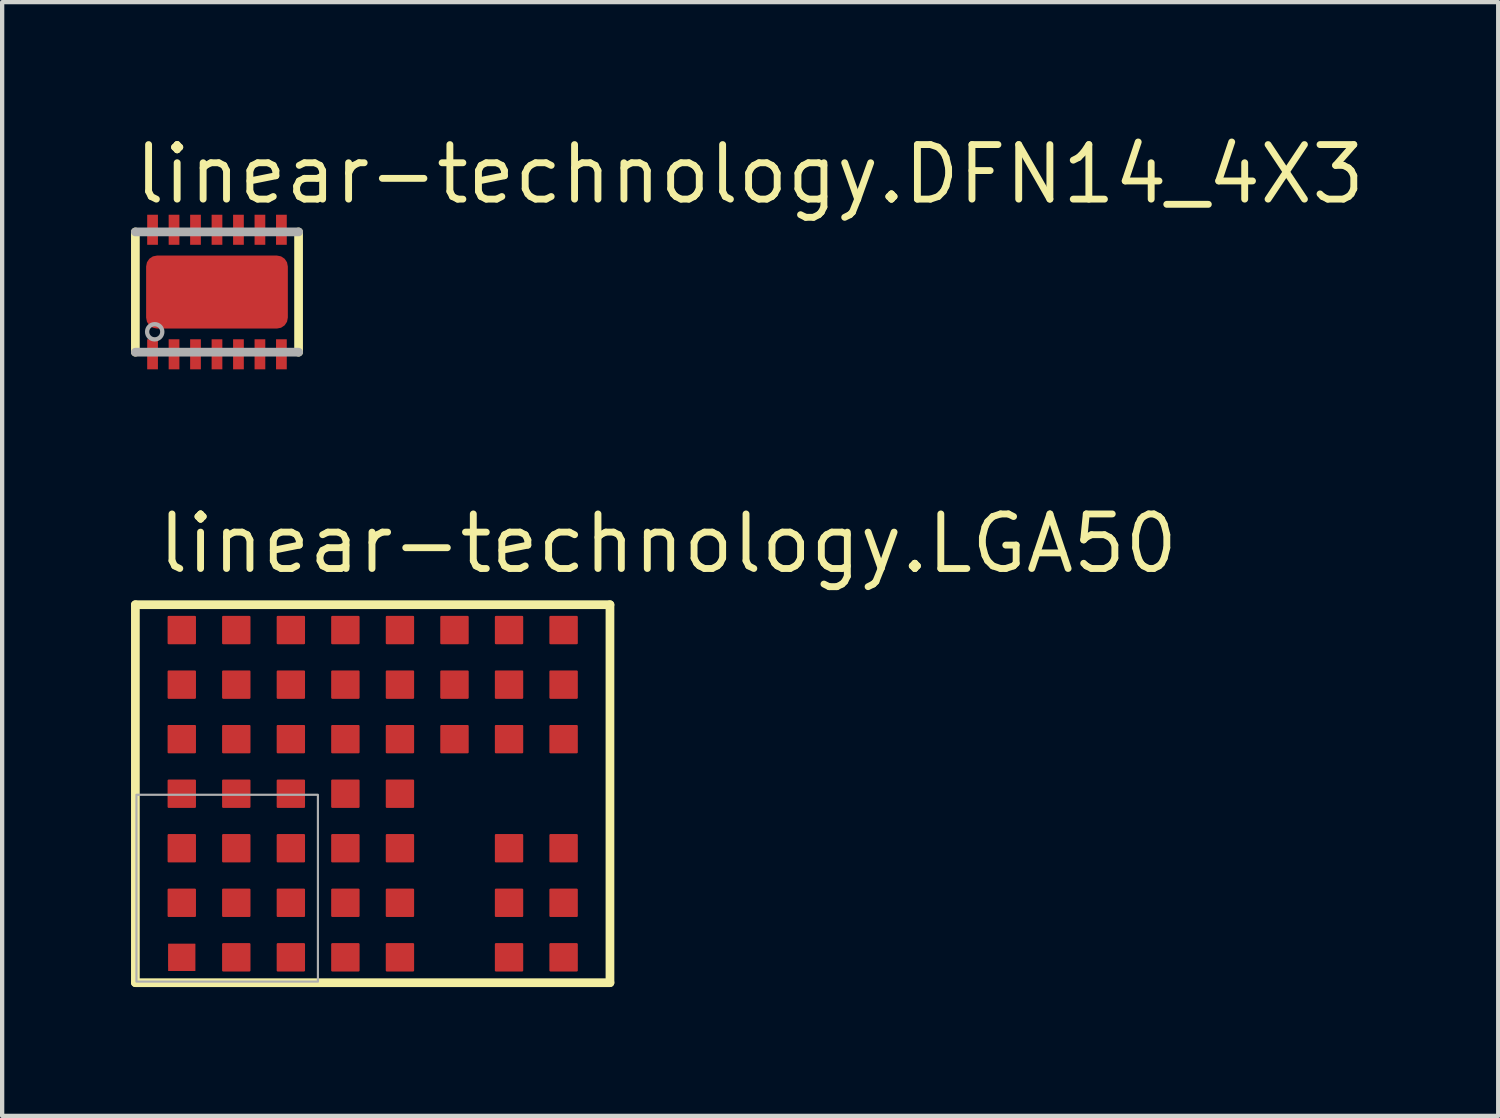
<source format=kicad_pcb>
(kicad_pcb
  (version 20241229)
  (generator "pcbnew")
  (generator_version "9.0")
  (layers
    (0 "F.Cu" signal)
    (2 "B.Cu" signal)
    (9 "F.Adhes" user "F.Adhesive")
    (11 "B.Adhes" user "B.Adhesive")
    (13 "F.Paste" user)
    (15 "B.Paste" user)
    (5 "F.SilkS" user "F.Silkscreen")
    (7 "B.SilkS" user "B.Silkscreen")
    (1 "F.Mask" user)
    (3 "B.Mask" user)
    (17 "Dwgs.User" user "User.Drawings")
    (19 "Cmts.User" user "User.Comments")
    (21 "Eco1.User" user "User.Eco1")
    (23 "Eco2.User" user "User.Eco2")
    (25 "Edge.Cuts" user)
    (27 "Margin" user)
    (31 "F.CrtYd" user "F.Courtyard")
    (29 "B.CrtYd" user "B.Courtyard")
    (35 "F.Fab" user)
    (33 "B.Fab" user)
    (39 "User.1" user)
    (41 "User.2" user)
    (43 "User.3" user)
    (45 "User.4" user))
  (footprint "linear-technology.LGA50"
    (layer "F.Cu")
    (at 5.627 15.43)
    (property "Reference" "linear-technology.LGA50" (at -5.08 -5.08 0) (layer "F.SilkS") (effects (font (size 1.27 1.27) (thickness 0.16)) (justify left bottom)))
    (attr smd)
    (fp_rect (start -4.75 -3.505) (end -4.14 -4.115) (stroke (width 0.05) (type default)) (fill yes) (layer "F.Cu"))
    (fp_rect (start -4.75 -2.235) (end -4.14 -2.845) (stroke (width 0.05) (type default)) (fill yes) (layer "F.Cu"))
    (fp_rect (start -4.75 -0.965) (end -4.14 -1.575) (stroke (width 0.05) (type default)) (fill yes) (layer "F.Cu"))
    (fp_rect (start -4.75 0.305) (end -4.14 -0.305) (stroke (width 0.05) (type default)) (fill yes) (layer "F.Cu"))
    (fp_rect (start -4.75 1.575) (end -4.14 0.965) (stroke (width 0.05) (type default)) (fill yes) (layer "F.Cu"))
    (fp_rect (start -4.75 2.845) (end -4.14 2.235) (stroke (width 0.05) (type default)) (fill yes) (layer "F.Cu"))
    (fp_rect (start -3.48 -3.505) (end -2.87 -4.115) (stroke (width 0.05) (type default)) (fill yes) (layer "F.Cu"))
    (fp_rect (start -3.48 -2.235) (end -2.87 -2.845) (stroke (width 0.05) (type default)) (fill yes) (layer "F.Cu"))
    (fp_rect (start -3.48 -0.965) (end -2.87 -1.575) (stroke (width 0.05) (type default)) (fill yes) (layer "F.Cu"))
    (fp_rect (start -3.48 0.305) (end -2.87 -0.305) (stroke (width 0.05) (type default)) (fill yes) (layer "F.Cu"))
    (fp_rect (start -3.48 1.575) (end -2.87 0.965) (stroke (width 0.05) (type default)) (fill yes) (layer "F.Cu"))
    (fp_rect (start -3.48 2.845) (end -2.87 2.235) (stroke (width 0.05) (type default)) (fill yes) (layer "F.Cu"))
    (fp_rect (start -3.48 4.115) (end -2.87 3.505) (stroke (width 0.05) (type default)) (fill yes) (layer "F.Cu"))
    (fp_rect (start -2.21 -3.505) (end -1.6 -4.115) (stroke (width 0.05) (type default)) (fill yes) (layer "F.Cu"))
    (fp_rect (start -2.21 -2.235) (end -1.6 -2.845) (stroke (width 0.05) (type default)) (fill yes) (layer "F.Cu"))
    (fp_rect (start -2.21 -0.965) (end -1.6 -1.575) (stroke (width 0.05) (type default)) (fill yes) (layer "F.Cu"))
    (fp_rect (start -2.21 0.305) (end -1.6 -0.305) (stroke (width 0.05) (type default)) (fill yes) (layer "F.Cu"))
    (fp_rect (start -2.21 1.575) (end -1.6 0.965) (stroke (width 0.05) (type default)) (fill yes) (layer "F.Cu"))
    (fp_rect (start -2.21 2.845) (end -1.6 2.235) (stroke (width 0.05) (type default)) (fill yes) (layer "F.Cu"))
    (fp_rect (start -2.21 4.115) (end -1.6 3.505) (stroke (width 0.05) (type default)) (fill yes) (layer "F.Cu"))
    (fp_rect (start -0.94 -3.505) (end -0.33 -4.115) (stroke (width 0.05) (type default)) (fill yes) (layer "F.Cu"))
    (fp_rect (start -0.94 -2.235) (end -0.33 -2.845) (stroke (width 0.05) (type default)) (fill yes) (layer "F.Cu"))
    (fp_rect (start -0.94 -0.965) (end -0.33 -1.575) (stroke (width 0.05) (type default)) (fill yes) (layer "F.Cu"))
    (fp_rect (start -0.94 0.305) (end -0.33 -0.305) (stroke (width 0.05) (type default)) (fill yes) (layer "F.Cu"))
    (fp_rect (start -0.94 1.575) (end -0.33 0.965) (stroke (width 0.05) (type default)) (fill yes) (layer "F.Cu"))
    (fp_rect (start -0.94 2.845) (end -0.33 2.235) (stroke (width 0.05) (type default)) (fill yes) (layer "F.Cu"))
    (fp_rect (start -0.94 4.115) (end -0.33 3.505) (stroke (width 0.05) (type default)) (fill yes) (layer "F.Cu"))
    (fp_rect (start 0.33 -3.505) (end 0.94 -4.115) (stroke (width 0.05) (type default)) (fill yes) (layer "F.Cu"))
    (fp_rect (start 0.33 -2.235) (end 0.94 -2.845) (stroke (width 0.05) (type default)) (fill yes) (layer "F.Cu"))
    (fp_rect (start 0.33 -0.965) (end 0.94 -1.575) (stroke (width 0.05) (type default)) (fill yes) (layer "F.Cu"))
    (fp_rect (start 0.33 0.305) (end 0.94 -0.305) (stroke (width 0.05) (type default)) (fill yes) (layer "F.Cu"))
    (fp_rect (start 0.33 1.575) (end 0.94 0.965) (stroke (width 0.05) (type default)) (fill yes) (layer "F.Cu"))
    (fp_rect (start 0.33 2.845) (end 0.94 2.235) (stroke (width 0.05) (type default)) (fill yes) (layer "F.Cu"))
    (fp_rect (start 0.33 4.115) (end 0.94 3.505) (stroke (width 0.05) (type default)) (fill yes) (layer "F.Cu"))
    (fp_rect (start 1.6 -3.505) (end 2.21 -4.115) (stroke (width 0.05) (type default)) (fill yes) (layer "F.Cu"))
    (fp_rect (start 1.6 -2.235) (end 2.21 -2.845) (stroke (width 0.05) (type default)) (fill yes) (layer "F.Cu"))
    (fp_rect (start 1.6 -0.965) (end 2.21 -1.575) (stroke (width 0.05) (type default)) (fill yes) (layer "F.Cu"))
    (fp_rect (start 2.87 -3.505) (end 3.48 -4.115) (stroke (width 0.05) (type default)) (fill yes) (layer "F.Cu"))
    (fp_rect (start 2.87 -2.235) (end 3.48 -2.845) (stroke (width 0.05) (type default)) (fill yes) (layer "F.Cu"))
    (fp_rect (start 2.87 -0.965) (end 3.48 -1.575) (stroke (width 0.05) (type default)) (fill yes) (layer "F.Cu"))
    (fp_rect (start 2.87 1.575) (end 3.48 0.965) (stroke (width 0.05) (type default)) (fill yes) (layer "F.Cu"))
    (fp_rect (start 2.87 2.845) (end 3.48 2.235) (stroke (width 0.05) (type default)) (fill yes) (layer "F.Cu"))
    (fp_rect (start 2.87 4.115) (end 3.48 3.505) (stroke (width 0.05) (type default)) (fill yes) (layer "F.Cu"))
    (fp_rect (start 4.14 -3.505) (end 4.75 -4.115) (stroke (width 0.05) (type default)) (fill yes) (layer "F.Cu"))
    (fp_rect (start 4.14 -2.235) (end 4.75 -2.845) (stroke (width 0.05) (type default)) (fill yes) (layer "F.Cu"))
    (fp_rect (start 4.14 -0.965) (end 4.75 -1.575) (stroke (width 0.05) (type default)) (fill yes) (layer "F.Cu"))
    (fp_rect (start 4.14 1.575) (end 4.75 0.965) (stroke (width 0.05) (type default)) (fill yes) (layer "F.Cu"))
    (fp_rect (start 4.14 2.845) (end 4.75 2.235) (stroke (width 0.05) (type default)) (fill yes) (layer "F.Cu"))
    (fp_rect (start 4.14 4.115) (end 4.75 3.505) (stroke (width 0.05) (type default)) (fill yes) (layer "F.Cu"))
    (fp_poly (pts (xy -4.699 3.556) (xy -4.699 4.013) (xy -4.648 4.064) (xy -4.191 4.064) (xy -4.191 3.556)) (stroke (width 0.102) (type default)) (fill yes) (layer "F.Cu"))
    (fp_poly (pts (xy -4.801 3.454) (xy -4.089 3.454) (xy -4.089 4.166) (xy -4.648 4.166) (xy -4.801 4.013)) (stroke (width 0.102) (type default)) (fill yes) (layer "F.Mask"))
    (fp_line (start -5.525 -4.4) (end -5.525 4.4) (stroke (width 0.203) (type default)) (layer "F.SilkS"))
    (fp_line (start -5.525 4.4) (end 5.525 4.4) (stroke (width 0.203) (type default)) (layer "F.SilkS"))
    (fp_line (start 5.525 -4.4) (end -5.525 -4.4) (stroke (width 0.203) (type default)) (layer "F.SilkS"))
    (fp_line (start 5.525 4.4) (end 5.525 -4.4) (stroke (width 0.203) (type default)) (layer "F.SilkS"))
    (fp_rect (start -5.5 4.375) (end -1.275 0.025) (stroke (width 0.05) (type default)) (fill no) (layer "F.Fab"))
    (pad "A1" smd roundrect (at -4.445 3.81) (size 0.635 0.635) (layers "F.Cu" "F.Mask" "F.Paste") (roundrect_rratio 0.01))
    (pad "A2" smd roundrect (at -4.445 2.54) (size 0.635 0.635) (layers "F.Cu" "F.Mask" "F.Paste") (roundrect_rratio 0.01))
    (pad "A3" smd roundrect (at -4.445 1.27) (size 0.635 0.635) (layers "F.Cu" "F.Mask" "F.Paste") (roundrect_rratio 0.01))
    (pad "A4" smd roundrect (at -4.445 0) (size 0.635 0.635) (layers "F.Cu" "F.Mask" "F.Paste") (roundrect_rratio 0.01))
    (pad "A5" smd roundrect (at -4.445 -1.27) (size 0.635 0.635) (layers "F.Cu" "F.Mask" "F.Paste") (roundrect_rratio 0.01))
    (pad "A6" smd roundrect (at -4.445 -2.54) (size 0.635 0.635) (layers "F.Cu" "F.Mask" "F.Paste") (roundrect_rratio 0.01))
    (pad "A7" smd roundrect (at -4.445 -3.81) (size 0.635 0.635) (layers "F.Cu" "F.Mask" "F.Paste") (roundrect_rratio 0.01))
    (pad "B1" smd roundrect (at -3.175 3.81) (size 0.635 0.635) (layers "F.Cu" "F.Mask" "F.Paste") (roundrect_rratio 0.01))
    (pad "B2" smd roundrect (at -3.175 2.54) (size 0.635 0.635) (layers "F.Cu" "F.Mask" "F.Paste") (roundrect_rratio 0.01))
    (pad "B3" smd roundrect (at -3.175 1.27) (size 0.635 0.635) (layers "F.Cu" "F.Mask" "F.Paste") (roundrect_rratio 0.01))
    (pad "B4" smd roundrect (at -3.175 0) (size 0.635 0.635) (layers "F.Cu" "F.Mask" "F.Paste") (roundrect_rratio 0.01))
    (pad "B5" smd roundrect (at -3.175 -1.27) (size 0.635 0.635) (layers "F.Cu" "F.Mask" "F.Paste") (roundrect_rratio 0.01))
    (pad "B6" smd roundrect (at -3.175 -2.54) (size 0.635 0.635) (layers "F.Cu" "F.Mask" "F.Paste") (roundrect_rratio 0.01))
    (pad "B7" smd roundrect (at -3.175 -3.81) (size 0.635 0.635) (layers "F.Cu" "F.Mask" "F.Paste") (roundrect_rratio 0.01))
    (pad "C1" smd roundrect (at -1.905 3.81) (size 0.635 0.635) (layers "F.Cu" "F.Mask" "F.Paste") (roundrect_rratio 0.01))
    (pad "C2" smd roundrect (at -1.905 2.54) (size 0.635 0.635) (layers "F.Cu" "F.Mask" "F.Paste") (roundrect_rratio 0.01))
    (pad "C3" smd roundrect (at -1.905 1.27) (size 0.635 0.635) (layers "F.Cu" "F.Mask" "F.Paste") (roundrect_rratio 0.01))
    (pad "C4" smd roundrect (at -1.905 0) (size 0.635 0.635) (layers "F.Cu" "F.Mask" "F.Paste") (roundrect_rratio 0.01))
    (pad "C5" smd roundrect (at -1.905 -1.27) (size 0.635 0.635) (layers "F.Cu" "F.Mask" "F.Paste") (roundrect_rratio 0.01))
    (pad "C6" smd roundrect (at -1.905 -2.54) (size 0.635 0.635) (layers "F.Cu" "F.Mask" "F.Paste") (roundrect_rratio 0.01))
    (pad "C7" smd roundrect (at -1.905 -3.81) (size 0.635 0.635) (layers "F.Cu" "F.Mask" "F.Paste") (roundrect_rratio 0.01))
    (pad "D1" smd roundrect (at -0.635 3.81) (size 0.635 0.635) (layers "F.Cu" "F.Mask" "F.Paste") (roundrect_rratio 0.01))
    (pad "D2" smd roundrect (at -0.635 2.54) (size 0.635 0.635) (layers "F.Cu" "F.Mask" "F.Paste") (roundrect_rratio 0.01))
    (pad "D3" smd roundrect (at -0.635 1.27) (size 0.635 0.635) (layers "F.Cu" "F.Mask" "F.Paste") (roundrect_rratio 0.01))
    (pad "D4" smd roundrect (at -0.635 0) (size 0.635 0.635) (layers "F.Cu" "F.Mask" "F.Paste") (roundrect_rratio 0.01))
    (pad "D5" smd roundrect (at -0.635 -1.27) (size 0.635 0.635) (layers "F.Cu" "F.Mask" "F.Paste") (roundrect_rratio 0.01))
    (pad "D6" smd roundrect (at -0.635 -2.54) (size 0.635 0.635) (layers "F.Cu" "F.Mask" "F.Paste") (roundrect_rratio 0.01))
    (pad "D7" smd roundrect (at -0.635 -3.81) (size 0.635 0.635) (layers "F.Cu" "F.Mask" "F.Paste") (roundrect_rratio 0.01))
    (pad "E1" smd roundrect (at 0.635 3.81) (size 0.635 0.635) (layers "F.Cu" "F.Mask" "F.Paste") (roundrect_rratio 0.01))
    (pad "E2" smd roundrect (at 0.635 2.54) (size 0.635 0.635) (layers "F.Cu" "F.Mask" "F.Paste") (roundrect_rratio 0.01))
    (pad "E3" smd roundrect (at 0.635 1.27) (size 0.635 0.635) (layers "F.Cu" "F.Mask" "F.Paste") (roundrect_rratio 0.01))
    (pad "E4" smd roundrect (at 0.635 0) (size 0.635 0.635) (layers "F.Cu" "F.Mask" "F.Paste") (roundrect_rratio 0.01))
    (pad "E5" smd roundrect (at 0.635 -1.27) (size 0.635 0.635) (layers "F.Cu" "F.Mask" "F.Paste") (roundrect_rratio 0.01))
    (pad "E6" smd roundrect (at 0.635 -2.54) (size 0.635 0.635) (layers "F.Cu" "F.Mask" "F.Paste") (roundrect_rratio 0.01))
    (pad "E7" smd roundrect (at 0.635 -3.81) (size 0.635 0.635) (layers "F.Cu" "F.Mask" "F.Paste") (roundrect_rratio 0.01))
    (pad "F5" smd roundrect (at 1.905 -1.27) (size 0.635 0.635) (layers "F.Cu" "F.Mask" "F.Paste") (roundrect_rratio 0.01))
    (pad "F6" smd roundrect (at 1.905 -2.54) (size 0.635 0.635) (layers "F.Cu" "F.Mask" "F.Paste") (roundrect_rratio 0.01))
    (pad "F7" smd roundrect (at 1.905 -3.81) (size 0.635 0.635) (layers "F.Cu" "F.Mask" "F.Paste") (roundrect_rratio 0.01))
    (pad "G1" smd roundrect (at 3.175 3.81) (size 0.635 0.635) (layers "F.Cu" "F.Mask" "F.Paste") (roundrect_rratio 0.01))
    (pad "G2" smd roundrect (at 3.175 2.54) (size 0.635 0.635) (layers "F.Cu" "F.Mask" "F.Paste") (roundrect_rratio 0.01))
    (pad "G3" smd roundrect (at 3.175 1.27) (size 0.635 0.635) (layers "F.Cu" "F.Mask" "F.Paste") (roundrect_rratio 0.01))
    (pad "G5" smd roundrect (at 3.175 -1.27) (size 0.635 0.635) (layers "F.Cu" "F.Mask" "F.Paste") (roundrect_rratio 0.01))
    (pad "G6" smd roundrect (at 3.175 -2.54) (size 0.635 0.635) (layers "F.Cu" "F.Mask" "F.Paste") (roundrect_rratio 0.01))
    (pad "G7" smd roundrect (at 3.175 -3.81) (size 0.635 0.635) (layers "F.Cu" "F.Mask" "F.Paste") (roundrect_rratio 0.01))
    (pad "H1" smd roundrect (at 4.445 3.81) (size 0.635 0.635) (layers "F.Cu" "F.Mask" "F.Paste") (roundrect_rratio 0.01))
    (pad "H2" smd roundrect (at 4.445 2.54) (size 0.635 0.635) (layers "F.Cu" "F.Mask" "F.Paste") (roundrect_rratio 0.01))
    (pad "H3" smd roundrect (at 4.445 1.27) (size 0.635 0.635) (layers "F.Cu" "F.Mask" "F.Paste") (roundrect_rratio 0.01))
    (pad "H5" smd roundrect (at 4.445 -1.27) (size 0.635 0.635) (layers "F.Cu" "F.Mask" "F.Paste") (roundrect_rratio 0.01))
    (pad "H6" smd roundrect (at 4.445 -2.54) (size 0.635 0.635) (layers "F.Cu" "F.Mask" "F.Paste") (roundrect_rratio 0.01))
    (pad "H7" smd roundrect (at 4.445 -3.81) (size 0.635 0.635) (layers "F.Cu" "F.Mask" "F.Paste") (roundrect_rratio 0.01)))
  (footprint "linear-technology.DFN14_4X3"
    (layer "F.Cu")
    (at 2.002 3.75)
    (property "Reference" "linear-technology.DFN14_4X3" (at -2 -2 0) (layer "F.SilkS") (effects (font (size 1.27 1.27) (thickness 0.16)) (justify left bottom)))
    (attr smd)
    (fp_rect (start -1.65 -1.075) (end -1.35 -1.825) (stroke (width 0.05) (type default)) (fill yes) (layer "F.Mask"))
    (fp_rect (start -1.65 1.825) (end -1.35 1.075) (stroke (width 0.05) (type default)) (fill yes) (layer "F.Mask"))
    (fp_rect (start -1.6 -1.125) (end -1.4 -1.775) (stroke (width 0.05) (type default)) (fill yes) (layer "F.Mask"))
    (fp_rect (start -1.6 1.775) (end -1.4 1.125) (stroke (width 0.05) (type default)) (fill yes) (layer "F.Mask"))
    (fp_rect (start -1.15 -1.075) (end -0.85 -1.825) (stroke (width 0.05) (type default)) (fill yes) (layer "F.Mask"))
    (fp_rect (start -1.15 1.825) (end -0.85 1.075) (stroke (width 0.05) (type default)) (fill yes) (layer "F.Mask"))
    (fp_rect (start -1.1 -1.125) (end -0.9 -1.775) (stroke (width 0.05) (type default)) (fill yes) (layer "F.Mask"))
    (fp_rect (start -1.1 1.775) (end -0.9 1.125) (stroke (width 0.05) (type default)) (fill yes) (layer "F.Mask"))
    (fp_rect (start -0.65 -1.075) (end -0.35 -1.825) (stroke (width 0.05) (type default)) (fill yes) (layer "F.Mask"))
    (fp_rect (start -0.65 1.825) (end -0.35 1.075) (stroke (width 0.05) (type default)) (fill yes) (layer "F.Mask"))
    (fp_rect (start -0.6 -1.125) (end -0.4 -1.775) (stroke (width 0.05) (type default)) (fill yes) (layer "F.Mask"))
    (fp_rect (start -0.6 1.775) (end -0.4 1.125) (stroke (width 0.05) (type default)) (fill yes) (layer "F.Mask"))
    (fp_rect (start -0.15 -1.075) (end 0.15 -1.825) (stroke (width 0.05) (type default)) (fill yes) (layer "F.Mask"))
    (fp_rect (start -0.15 1.825) (end 0.15 1.075) (stroke (width 0.05) (type default)) (fill yes) (layer "F.Mask"))
    (fp_rect (start -0.1 -1.125) (end 0.1 -1.775) (stroke (width 0.05) (type default)) (fill yes) (layer "F.Mask"))
    (fp_rect (start -0.1 1.775) (end 0.1 1.125) (stroke (width 0.05) (type default)) (fill yes) (layer "F.Mask"))
    (fp_rect (start 0.35 -1.075) (end 0.65 -1.825) (stroke (width 0.05) (type default)) (fill yes) (layer "F.Mask"))
    (fp_rect (start 0.35 1.825) (end 0.65 1.075) (stroke (width 0.05) (type default)) (fill yes) (layer "F.Mask"))
    (fp_rect (start 0.4 -1.125) (end 0.6 -1.775) (stroke (width 0.05) (type default)) (fill yes) (layer "F.Mask"))
    (fp_rect (start 0.4 1.775) (end 0.6 1.125) (stroke (width 0.05) (type default)) (fill yes) (layer "F.Mask"))
    (fp_rect (start 0.85 -1.075) (end 1.15 -1.825) (stroke (width 0.05) (type default)) (fill yes) (layer "F.Mask"))
    (fp_rect (start 0.85 1.825) (end 1.15 1.075) (stroke (width 0.05) (type default)) (fill yes) (layer "F.Mask"))
    (fp_rect (start 0.9 -1.125) (end 1.1 -1.775) (stroke (width 0.05) (type default)) (fill yes) (layer "F.Mask"))
    (fp_rect (start 0.9 1.775) (end 1.1 1.125) (stroke (width 0.05) (type default)) (fill yes) (layer "F.Mask"))
    (fp_rect (start 1.35 -1.075) (end 1.65 -1.825) (stroke (width 0.05) (type default)) (fill yes) (layer "F.Mask"))
    (fp_rect (start 1.35 1.825) (end 1.65 1.075) (stroke (width 0.05) (type default)) (fill yes) (layer "F.Mask"))
    (fp_rect (start 1.4 -1.125) (end 1.6 -1.775) (stroke (width 0.05) (type default)) (fill yes) (layer "F.Mask"))
    (fp_rect (start 1.4 1.775) (end 1.6 1.125) (stroke (width 0.05) (type default)) (fill yes) (layer "F.Mask"))
    (fp_poly (pts (xy -1.274 0.8) (xy -1.624 0.443) (xy -1.598 -0.755) (xy -1.548 -0.802) (xy 1.55 -0.8) (xy 1.6 -0.75) (xy 1.6 0.75) (xy 1.55 0.8)) (stroke (width 0.203) (type default)) (fill yes) (layer "F.Mask"))
    (fp_line (start -1.9 1.4) (end -1.9 -1.4) (stroke (width 0.203) (type default)) (layer "F.SilkS"))
    (fp_line (start 1.9 -1.4) (end 1.9 1.4) (stroke (width 0.203) (type default)) (layer "F.SilkS"))
    (fp_poly (pts (xy -1.5 -0.7) (xy 1.5 -0.7) (xy 1.5 0.7) (xy -1.15 0.7) (xy -1.5 0.35)) (stroke (width 0.203) (type default)) (fill yes) (layer "F.Paste"))
    (fp_line (start -1.9 -1.4) (end 1.9 -1.4) (stroke (width 0.203) (type default)) (layer "F.Fab"))
    (fp_line (start 1.9 1.4) (end -1.9 1.4) (stroke (width 0.203) (type default)) (layer "F.Fab"))
    (fp_circle (center -1.45 0.925) (end -1.273 0.925) (stroke (width 0.1) (type default)) (fill no) (layer "F.Fab"))
    (pad "1" smd roundrect (at -1.5 1.45) (size 0.25 0.7) (layers "F.Cu" "F.Mask" "F.Paste") (roundrect_rratio 0.01))
    (pad "2" smd roundrect (at -1 1.45) (size 0.25 0.7) (layers "F.Cu" "F.Mask" "F.Paste") (roundrect_rratio 0.01))
    (pad "3" smd roundrect (at -0.5 1.45) (size 0.25 0.7) (layers "F.Cu" "F.Mask" "F.Paste") (roundrect_rratio 0.01))
    (pad "4" smd roundrect (at 0 1.45) (size 0.25 0.7) (layers "F.Cu" "F.Mask" "F.Paste") (roundrect_rratio 0.01))
    (pad "5" smd roundrect (at 0.5 1.45) (size 0.25 0.7) (layers "F.Cu" "F.Mask" "F.Paste") (roundrect_rratio 0.01))
    (pad "6" smd roundrect (at 1 1.45) (size 0.25 0.7) (layers "F.Cu" "F.Mask" "F.Paste") (roundrect_rratio 0.01))
    (pad "7" smd roundrect (at 1.5 1.45) (size 0.25 0.7) (layers "F.Cu" "F.Mask" "F.Paste") (roundrect_rratio 0.01))
    (pad "8" smd roundrect (at 1.5 -1.45 180) (size 0.25 0.7) (layers "F.Cu" "F.Mask" "F.Paste") (roundrect_rratio 0.01))
    (pad "9" smd roundrect (at 1 -1.45 180) (size 0.25 0.7) (layers "F.Cu" "F.Mask" "F.Paste") (roundrect_rratio 0.01))
    (pad "10" smd roundrect (at 0.5 -1.45 180) (size 0.25 0.7) (layers "F.Cu" "F.Mask" "F.Paste") (roundrect_rratio 0.01))
    (pad "11" smd roundrect (at 0 -1.45 180) (size 0.25 0.7) (layers "F.Cu" "F.Mask" "F.Paste") (roundrect_rratio 0.01))
    (pad "12" smd roundrect (at -0.5 -1.45 180) (size 0.25 0.7) (layers "F.Cu" "F.Mask" "F.Paste") (roundrect_rratio 0.01))
    (pad "13" smd roundrect (at -1 -1.45 180) (size 0.25 0.7) (layers "F.Cu" "F.Mask" "F.Paste") (roundrect_rratio 0.01))
    (pad "14" smd roundrect (at -1.5 -1.45 180) (size 0.25 0.7) (layers "F.Cu" "F.Mask" "F.Paste") (roundrect_rratio 0.01))
    (pad "EXP" smd roundrect (at 0 0) (size 3.3 1.7) (layers "F.Cu" "F.Mask" "F.Paste") (roundrect_rratio 0.15)))
  (gr_rect
    (start -3 -3)
    (end 31.833 22.932)
    (stroke (width 0.1) (type default))
    (fill no)
    (layer "Edge.Cuts")))
</source>
